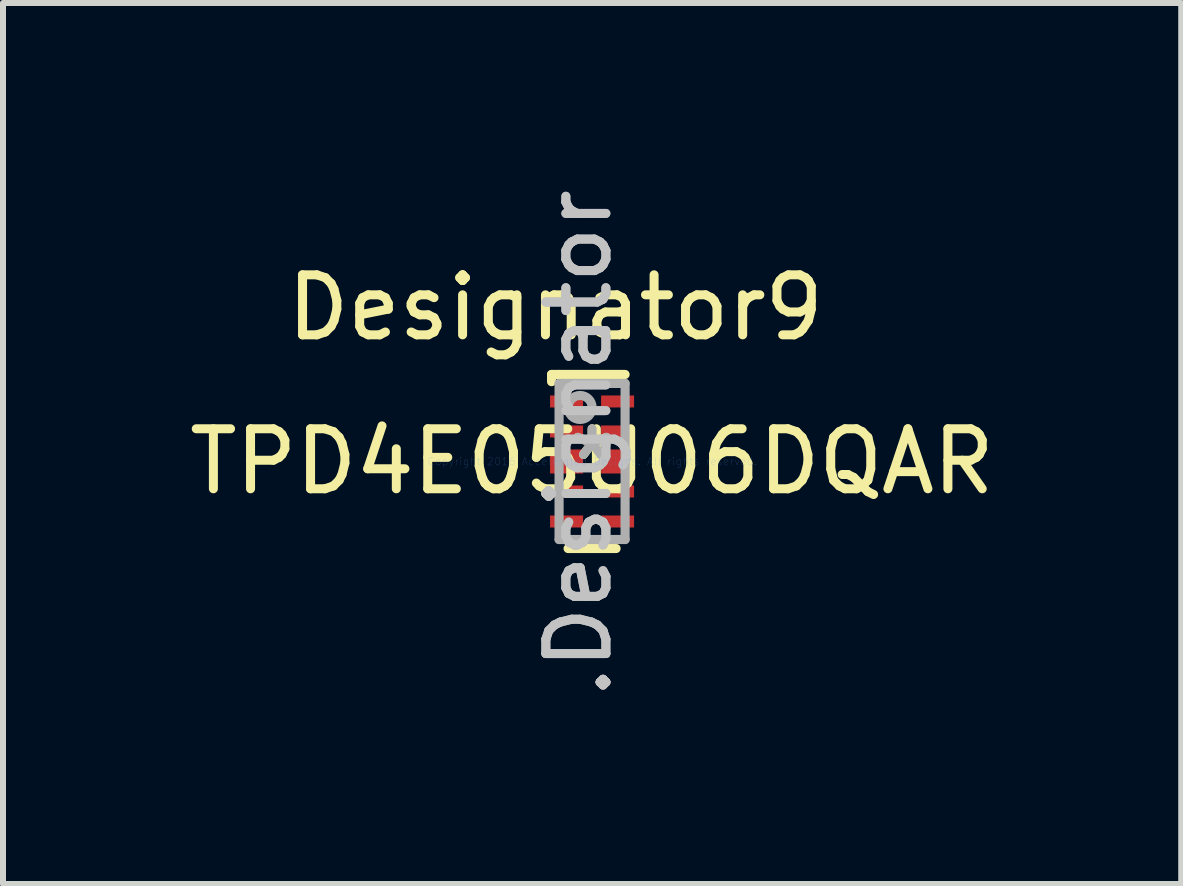
<source format=kicad_pcb>
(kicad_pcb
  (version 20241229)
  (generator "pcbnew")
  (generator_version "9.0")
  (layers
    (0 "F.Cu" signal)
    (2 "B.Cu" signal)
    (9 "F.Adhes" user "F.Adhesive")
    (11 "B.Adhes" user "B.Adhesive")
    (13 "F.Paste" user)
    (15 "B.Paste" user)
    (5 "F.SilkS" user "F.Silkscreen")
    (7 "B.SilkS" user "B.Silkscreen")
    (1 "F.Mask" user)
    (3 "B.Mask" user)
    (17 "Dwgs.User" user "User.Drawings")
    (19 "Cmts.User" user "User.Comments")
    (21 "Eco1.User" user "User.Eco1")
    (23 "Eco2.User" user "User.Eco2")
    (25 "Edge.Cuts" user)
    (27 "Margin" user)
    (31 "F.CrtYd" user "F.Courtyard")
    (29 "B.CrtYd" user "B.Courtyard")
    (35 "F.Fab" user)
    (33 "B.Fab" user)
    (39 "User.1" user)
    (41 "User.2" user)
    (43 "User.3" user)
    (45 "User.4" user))
  (footprint "TPD4E05U06DQAR"
    (layer "F.Cu")
    (at 6.815 4.639)
    (property "Reference" "TPD4E05U06DQAR" (at 0 0 0) (layer "F.SilkS") (effects (font (size 1 1) (thickness 0.15))))
    (attr through_hole)
    (fp_line (start -0.675 -1.45) (end -0.55 -1.45) (stroke (width 0.152) (type solid)) (layer "F.SilkS"))
    (fp_line (start -0.675 -1.33) (end -0.675 -1.45) (stroke (width 0.152) (type solid)) (layer "F.SilkS"))
    (fp_line (start -0.55 -1.45) (end 0.55 -1.45) (stroke (width 0.152) (type solid)) (layer "F.SilkS"))
    (fp_line (start -0.4 1.45) (end 0.4 1.45) (stroke (width 0.152) (type solid)) (layer "F.SilkS"))
    (fp_line (start -0.55 -1.3) (end 0.55 -1.3) (stroke (width 0.152) (type solid)) (layer "F.Fab"))
    (fp_line (start -0.55 1.3) (end -0.55 -1.3) (stroke (width 0.152) (type solid)) (layer "F.Fab"))
    (fp_line (start -0.55 1.3) (end 0.55 1.3) (stroke (width 0.152) (type solid)) (layer "F.Fab"))
    (fp_line (start 0.55 1.3) (end 0.55 -1.3) (stroke (width 0.152) (type solid)) (layer "F.Fab"))
    (fp_circle (center -0.2 -0.9) (end 0 -0.9) (stroke (width 0.152) (type solid)) (fill no) (layer "F.Fab"))
    (fp_text user "Designator9" (at -0.61 -2.565 0) (layer "F.SilkS") (effects (font (size 1 1) (thickness 0.15))))
    (fp_text user "*" (at 0 0 0) (layer "F.SilkS") (effects (font (size 1 1) (thickness 0.15))))
    (fp_text user ".Designator" (at -0.225 -0.3 270) (layer "Dwgs.User") (effects (font (size 1 1) (thickness 0.15))))
    (fp_text user "Copyright 2016 Accelerated Designs. All rights reserved." (at 0 0 0) (layer "Cmts.User") (effects (font (size 0.127 0.127) (thickness 0.002))))
    (fp_text user "*" (at 0 0 0) (layer "F.Fab") (effects (font (size 1 1) (thickness 0.15))))
    (fp_text user ".Designator" (at -0.225 -0.3 270) (layer "F.Fab") (effects (font (size 1 1) (thickness 0.15))))
    (pad "1" smd rect (at -0.425 -1 90) (size 0.2 0.55) (layers "F.Cu" "F.Mask" "F.Paste"))
    (pad "2" smd rect (at -0.425 -0.5 90) (size 0.2 0.55) (layers "F.Cu" "F.Mask" "F.Paste"))
    (pad "3" smd rect (at -0.425 -0.000003 90) (size 0.4 0.55) (layers "F.Cu" "F.Mask" "F.Paste"))
    (pad "4" smd rect (at -0.425 0.5 90) (size 0.2 0.55) (layers "F.Cu" "F.Mask" "F.Paste"))
    (pad "5" smd rect (at -0.425 1 90) (size 0.2 0.55) (layers "F.Cu" "F.Mask" "F.Paste"))
    (pad "6" smd rect (at 0.425 1 90) (size 0.2 0.55) (layers "F.Cu" "F.Mask" "F.Paste"))
    (pad "7" smd rect (at 0.425 0.5 90) (size 0.2 0.55) (layers "F.Cu" "F.Mask" "F.Paste"))
    (pad "8" smd rect (at 0.425 -0.000003 90) (size 0.4 0.55) (layers "F.Cu" "F.Mask" "F.Paste"))
    (pad "9" smd rect (at 0.425 -0.5 90) (size 0.2 0.55) (layers "F.Cu" "F.Mask" "F.Paste"))
    (pad "10" smd rect (at 0.425 -1 90) (size 0.2 0.55) (layers "F.Cu" "F.Mask" "F.Paste")))
  (gr_rect
    (start -3 -3)
    (end 16.631 11.679)
    (stroke (width 0.1) (type default))
    (fill no)
    (layer "Edge.Cuts")))
</source>
